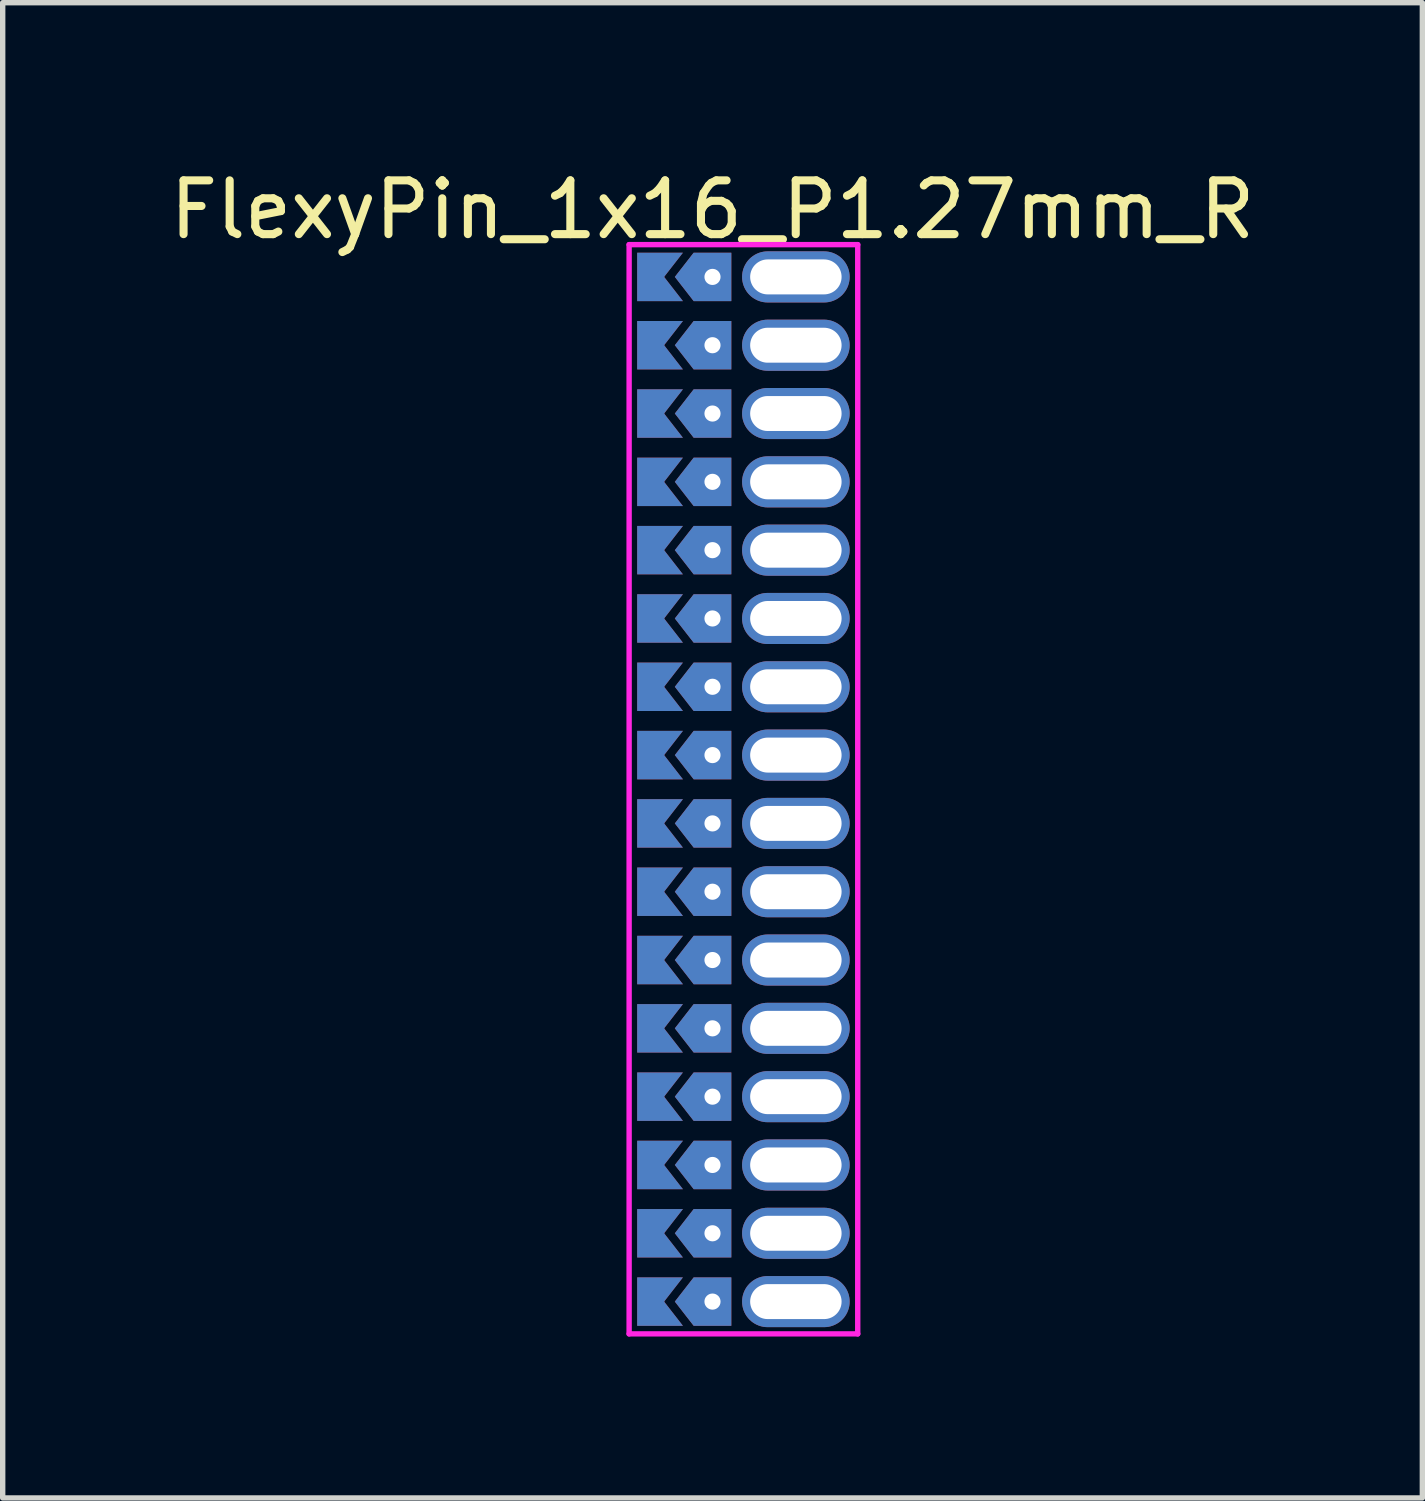
<source format=kicad_pcb>
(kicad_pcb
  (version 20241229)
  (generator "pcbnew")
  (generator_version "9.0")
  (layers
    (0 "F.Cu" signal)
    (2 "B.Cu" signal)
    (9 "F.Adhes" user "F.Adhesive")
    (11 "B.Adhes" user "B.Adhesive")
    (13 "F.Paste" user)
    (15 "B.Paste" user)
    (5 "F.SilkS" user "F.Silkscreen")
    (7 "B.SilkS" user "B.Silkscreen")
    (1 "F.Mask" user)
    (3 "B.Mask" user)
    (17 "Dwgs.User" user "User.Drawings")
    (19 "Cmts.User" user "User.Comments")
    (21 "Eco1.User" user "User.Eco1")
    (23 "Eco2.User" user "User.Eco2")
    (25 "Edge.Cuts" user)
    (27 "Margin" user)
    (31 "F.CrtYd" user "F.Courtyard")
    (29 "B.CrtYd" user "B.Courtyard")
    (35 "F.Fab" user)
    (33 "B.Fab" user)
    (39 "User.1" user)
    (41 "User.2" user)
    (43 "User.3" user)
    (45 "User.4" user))
  (footprint "FlexyPin_1x16_P1.27mm_R"
    (layer "F.Cu")
    (at 10.196 2.098)
    (property "Reference" "FlexyPin_1x16_P1.27mm_R" (at 0 -1.25 0) (layer "F.SilkS") (effects (font (size 1 1) (thickness 0.15))))
    (attr through_hole)
    (fp_line (start -1.55 -0.6) (end 2.7 -0.6) (stroke (width 0.1) (type solid)) (layer "F.CrtYd"))
    (fp_line (start -1.55 19.65) (end -1.55 -0.6) (stroke (width 0.1) (type solid)) (layer "F.CrtYd"))
    (fp_line (start 2.7 -0.6) (end 2.7 19.65) (stroke (width 0.1) (type solid)) (layer "F.CrtYd"))
    (fp_line (start 2.7 19.65) (end -1.55 19.65) (stroke (width 0.1) (type solid)) (layer "F.CrtYd"))
    (pad "" thru_hole custom (at 0 0) (size 0.3 0.3) (drill 0.6) (layers "*.Cu" "*.Mask") (options (anchor rect)) (primitives (gr_poly (pts (xy 0.35 0.45) (xy 0.35 -0.45) (xy -0.35 -0.45) (xy -0.7 0) (xy -0.35 0.45)) (width 0) (fill yes))))
    (pad "" thru_hole custom (at 0 1.27) (size 0.3 0.3) (drill 0.6) (layers "*.Cu" "*.Mask") (options (anchor rect)) (primitives (gr_poly (pts (xy 0.35 0.45) (xy 0.35 -0.45) (xy -0.35 -0.45) (xy -0.7 0) (xy -0.35 0.45)) (width 0) (fill yes))))
    (pad "" thru_hole custom (at 0 2.54) (size 0.3 0.3) (drill 0.6) (layers "*.Cu" "*.Mask") (options (anchor rect)) (primitives (gr_poly (pts (xy 0.35 0.45) (xy 0.35 -0.45) (xy -0.35 -0.45) (xy -0.7 0) (xy -0.35 0.45)) (width 0) (fill yes))))
    (pad "" thru_hole custom (at 0 3.81) (size 0.3 0.3) (drill 0.6) (layers "*.Cu" "*.Mask") (options (anchor rect)) (primitives (gr_poly (pts (xy 0.35 0.45) (xy 0.35 -0.45) (xy -0.35 -0.45) (xy -0.7 0) (xy -0.35 0.45)) (width 0) (fill yes))))
    (pad "" thru_hole custom (at 0 5.08) (size 0.3 0.3) (drill 0.6) (layers "*.Cu" "*.Mask") (options (anchor rect)) (primitives (gr_poly (pts (xy 0.35 0.45) (xy 0.35 -0.45) (xy -0.35 -0.45) (xy -0.7 0) (xy -0.35 0.45)) (width 0) (fill yes))))
    (pad "" thru_hole custom (at 0 6.35) (size 0.3 0.3) (drill 0.6) (layers "*.Cu" "*.Mask") (options (anchor rect)) (primitives (gr_poly (pts (xy 0.35 0.45) (xy 0.35 -0.45) (xy -0.35 -0.45) (xy -0.7 0) (xy -0.35 0.45)) (width 0) (fill yes))))
    (pad "" thru_hole custom (at 0 7.62) (size 0.3 0.3) (drill 0.6) (layers "*.Cu" "*.Mask") (options (anchor rect)) (primitives (gr_poly (pts (xy 0.35 0.45) (xy 0.35 -0.45) (xy -0.35 -0.45) (xy -0.7 0) (xy -0.35 0.45)) (width 0) (fill yes))))
    (pad "" thru_hole custom (at 0 8.89) (size 0.3 0.3) (drill 0.6) (layers "*.Cu" "*.Mask") (options (anchor rect)) (primitives (gr_poly (pts (xy 0.35 0.45) (xy 0.35 -0.45) (xy -0.35 -0.45) (xy -0.7 0) (xy -0.35 0.45)) (width 0) (fill yes))))
    (pad "" thru_hole custom (at 0 10.16) (size 0.3 0.3) (drill 0.6) (layers "*.Cu" "*.Mask") (options (anchor rect)) (primitives (gr_poly (pts (xy 0.35 0.45) (xy 0.35 -0.45) (xy -0.35 -0.45) (xy -0.7 0) (xy -0.35 0.45)) (width 0) (fill yes))))
    (pad "" thru_hole custom (at 0 11.43) (size 0.3 0.3) (drill 0.6) (layers "*.Cu" "*.Mask") (options (anchor rect)) (primitives (gr_poly (pts (xy 0.35 0.45) (xy 0.35 -0.45) (xy -0.35 -0.45) (xy -0.7 0) (xy -0.35 0.45)) (width 0) (fill yes))))
    (pad "" thru_hole custom (at 0 12.7) (size 0.3 0.3) (drill 0.6) (layers "*.Cu" "*.Mask") (options (anchor rect)) (primitives (gr_poly (pts (xy 0.35 0.45) (xy 0.35 -0.45) (xy -0.35 -0.45) (xy -0.7 0) (xy -0.35 0.45)) (width 0) (fill yes))))
    (pad "" thru_hole custom (at 0 13.97) (size 0.3 0.3) (drill 0.6) (layers "*.Cu" "*.Mask") (options (anchor rect)) (primitives (gr_poly (pts (xy 0.35 0.45) (xy 0.35 -0.45) (xy -0.35 -0.45) (xy -0.7 0) (xy -0.35 0.45)) (width 0) (fill yes))))
    (pad "" thru_hole custom (at 0 15.24) (size 0.3 0.3) (drill 0.6) (layers "*.Cu" "*.Mask") (options (anchor rect)) (primitives (gr_poly (pts (xy 0.35 0.45) (xy 0.35 -0.45) (xy -0.35 -0.45) (xy -0.7 0) (xy -0.35 0.45)) (width 0) (fill yes))))
    (pad "" thru_hole custom (at 0 16.51) (size 0.3 0.3) (drill 0.6) (layers "*.Cu" "*.Mask") (options (anchor rect)) (primitives (gr_poly (pts (xy 0.35 0.45) (xy 0.35 -0.45) (xy -0.35 -0.45) (xy -0.7 0) (xy -0.35 0.45)) (width 0) (fill yes))))
    (pad "" thru_hole custom (at 0 17.78) (size 0.3 0.3) (drill 0.6) (layers "*.Cu" "*.Mask") (options (anchor rect)) (primitives (gr_poly (pts (xy 0.35 0.45) (xy 0.35 -0.45) (xy -0.35 -0.45) (xy -0.7 0) (xy -0.35 0.45)) (width 0) (fill yes))))
    (pad "" thru_hole custom (at 0 19.05) (size 0.3 0.3) (drill 0.6) (layers "*.Cu" "*.Mask") (options (anchor rect)) (primitives (gr_poly (pts (xy 0.35 0.45) (xy 0.35 -0.45) (xy -0.35 -0.45) (xy -0.7 0) (xy -0.35 0.45)) (width 0) (fill yes))))
    (pad "" thru_hole oval (at 1.55 0) (size 2 0.95) (drill oval 1.7 0.65) (layers "*.Cu" "*.Mask"))
    (pad "" thru_hole oval (at 1.55 1.27) (size 2 0.95) (drill oval 1.7 0.65) (layers "*.Cu" "*.Mask"))
    (pad "" thru_hole oval (at 1.55 2.54) (size 2 0.95) (drill oval 1.7 0.65) (layers "*.Cu" "*.Mask"))
    (pad "" thru_hole oval (at 1.55 3.81) (size 2 0.95) (drill oval 1.7 0.65) (layers "*.Cu" "*.Mask"))
    (pad "" thru_hole oval (at 1.55 5.08) (size 2 0.95) (drill oval 1.7 0.65) (layers "*.Cu" "*.Mask"))
    (pad "" thru_hole oval (at 1.55 6.35) (size 2 0.95) (drill oval 1.7 0.65) (layers "*.Cu" "*.Mask"))
    (pad "" thru_hole oval (at 1.55 7.62) (size 2 0.95) (drill oval 1.7 0.65) (layers "*.Cu" "*.Mask"))
    (pad "" thru_hole oval (at 1.55 8.89) (size 2 0.95) (drill oval 1.7 0.65) (layers "*.Cu" "*.Mask"))
    (pad "" thru_hole oval (at 1.55 10.16) (size 2 0.95) (drill oval 1.7 0.65) (layers "*.Cu" "*.Mask"))
    (pad "" thru_hole oval (at 1.55 11.43) (size 2 0.95) (drill oval 1.7 0.65) (layers "*.Cu" "*.Mask"))
    (pad "" thru_hole oval (at 1.55 12.7) (size 2 0.95) (drill oval 1.7 0.65) (layers "*.Cu" "*.Mask"))
    (pad "" thru_hole oval (at 1.55 13.97) (size 2 0.95) (drill oval 1.7 0.65) (layers "*.Cu" "*.Mask"))
    (pad "" thru_hole oval (at 1.55 15.24) (size 2 0.95) (drill oval 1.7 0.65) (layers "*.Cu" "*.Mask"))
    (pad "" thru_hole oval (at 1.55 16.51) (size 2 0.95) (drill oval 1.7 0.65) (layers "*.Cu" "*.Mask"))
    (pad "" thru_hole oval (at 1.55 17.78) (size 2 0.95) (drill oval 1.7 0.65) (layers "*.Cu" "*.Mask"))
    (pad "" thru_hole oval (at 1.55 19.05) (size 2 0.95) (drill oval 1.7 0.65) (layers "*.Cu" "*.Mask"))
    (pad "1" smd custom (at -0.9 0) (size 0.01 0.01) (layers "F.Cu" "F.Mask") (options (anchor rect)) (primitives (gr_poly (pts (xy 0 0) (xy 0.35 0.45) (xy -0.5 0.45) (xy -0.5 -0.45) (xy 0.35 -0.45)) (width 0) (fill yes))))
    (pad "1" smd custom (at -0.9 1.27) (size 0.01 0.01) (layers "F.Cu" "F.Mask") (options (anchor rect)) (primitives (gr_poly (pts (xy 0 0) (xy 0.35 0.45) (xy -0.5 0.45) (xy -0.5 -0.45) (xy 0.35 -0.45)) (width 0) (fill yes))))
    (pad "1" smd custom (at -0.9 2.54) (size 0.01 0.01) (layers "F.Cu" "F.Mask") (options (anchor rect)) (primitives (gr_poly (pts (xy 0 0) (xy 0.35 0.45) (xy -0.5 0.45) (xy -0.5 -0.45) (xy 0.35 -0.45)) (width 0) (fill yes))))
    (pad "1" smd custom (at -0.9 3.81) (size 0.01 0.01) (layers "F.Cu" "F.Mask") (options (anchor rect)) (primitives (gr_poly (pts (xy 0 0) (xy 0.35 0.45) (xy -0.5 0.45) (xy -0.5 -0.45) (xy 0.35 -0.45)) (width 0) (fill yes))))
    (pad "1" smd custom (at -0.9 5.08) (size 0.01 0.01) (layers "F.Cu" "F.Mask") (options (anchor rect)) (primitives (gr_poly (pts (xy 0 0) (xy 0.35 0.45) (xy -0.5 0.45) (xy -0.5 -0.45) (xy 0.35 -0.45)) (width 0) (fill yes))))
    (pad "1" smd custom (at -0.9 6.35) (size 0.01 0.01) (layers "F.Cu" "F.Mask") (options (anchor rect)) (primitives (gr_poly (pts (xy 0 0) (xy 0.35 0.45) (xy -0.5 0.45) (xy -0.5 -0.45) (xy 0.35 -0.45)) (width 0) (fill yes))))
    (pad "1" smd custom (at -0.9 7.62) (size 0.01 0.01) (layers "F.Cu" "F.Mask") (options (anchor rect)) (primitives (gr_poly (pts (xy 0 0) (xy 0.35 0.45) (xy -0.5 0.45) (xy -0.5 -0.45) (xy 0.35 -0.45)) (width 0) (fill yes))))
    (pad "1" smd custom (at -0.9 8.89) (size 0.01 0.01) (layers "F.Cu" "F.Mask") (options (anchor rect)) (primitives (gr_poly (pts (xy 0 0) (xy 0.35 0.45) (xy -0.5 0.45) (xy -0.5 -0.45) (xy 0.35 -0.45)) (width 0) (fill yes))))
    (pad "1" smd custom (at -0.9 10.16) (size 0.01 0.01) (layers "F.Cu" "F.Mask") (options (anchor rect)) (primitives (gr_poly (pts (xy 0 0) (xy 0.35 0.45) (xy -0.5 0.45) (xy -0.5 -0.45) (xy 0.35 -0.45)) (width 0) (fill yes))))
    (pad "1" smd custom (at -0.9 11.43) (size 0.01 0.01) (layers "F.Cu" "F.Mask") (options (anchor rect)) (primitives (gr_poly (pts (xy 0 0) (xy 0.35 0.45) (xy -0.5 0.45) (xy -0.5 -0.45) (xy 0.35 -0.45)) (width 0) (fill yes))))
    (pad "1" smd custom (at -0.9 12.7) (size 0.01 0.01) (layers "F.Cu" "F.Mask") (options (anchor rect)) (primitives (gr_poly (pts (xy 0 0) (xy 0.35 0.45) (xy -0.5 0.45) (xy -0.5 -0.45) (xy 0.35 -0.45)) (width 0) (fill yes))))
    (pad "1" smd custom (at -0.9 13.97) (size 0.01 0.01) (layers "F.Cu" "F.Mask") (options (anchor rect)) (primitives (gr_poly (pts (xy 0 0) (xy 0.35 0.45) (xy -0.5 0.45) (xy -0.5 -0.45) (xy 0.35 -0.45)) (width 0) (fill yes))))
    (pad "1" smd custom (at -0.9 15.24) (size 0.01 0.01) (layers "F.Cu" "F.Mask") (options (anchor rect)) (primitives (gr_poly (pts (xy 0 0) (xy 0.35 0.45) (xy -0.5 0.45) (xy -0.5 -0.45) (xy 0.35 -0.45)) (width 0) (fill yes))))
    (pad "1" smd custom (at -0.9 16.51) (size 0.01 0.01) (layers "F.Cu" "F.Mask") (options (anchor rect)) (primitives (gr_poly (pts (xy 0 0) (xy 0.35 0.45) (xy -0.5 0.45) (xy -0.5 -0.45) (xy 0.35 -0.45)) (width 0) (fill yes))))
    (pad "1" smd custom (at -0.9 17.78) (size 0.01 0.01) (layers "F.Cu" "F.Mask") (options (anchor rect)) (primitives (gr_poly (pts (xy 0 0) (xy 0.35 0.45) (xy -0.5 0.45) (xy -0.5 -0.45) (xy 0.35 -0.45)) (width 0) (fill yes))))
    (pad "1" smd custom (at -0.9 19.05) (size 0.01 0.01) (layers "F.Cu" "F.Mask") (options (anchor rect)) (primitives (gr_poly (pts (xy 0 0) (xy 0.35 0.45) (xy -0.5 0.45) (xy -0.5 -0.45) (xy 0.35 -0.45)) (width 0) (fill yes))))
    (pad "2" smd custom (at -0.9 0) (size 0.01 0.01) (layers "B.Cu" "B.Mask") (options (anchor rect)) (primitives (gr_poly (pts (xy 0 0) (xy 0.35 0.45) (xy -0.5 0.45) (xy -0.5 -0.45) (xy 0.35 -0.45)) (width 0) (fill yes))))
    (pad "2" smd custom (at -0.9 1.27) (size 0.01 0.01) (layers "B.Cu" "B.Mask") (options (anchor rect)) (primitives (gr_poly (pts (xy 0 0) (xy 0.35 0.45) (xy -0.5 0.45) (xy -0.5 -0.45) (xy 0.35 -0.45)) (width 0) (fill yes))))
    (pad "2" smd custom (at -0.9 2.54) (size 0.01 0.01) (layers "B.Cu" "B.Mask") (options (anchor rect)) (primitives (gr_poly (pts (xy 0 0) (xy 0.35 0.45) (xy -0.5 0.45) (xy -0.5 -0.45) (xy 0.35 -0.45)) (width 0) (fill yes))))
    (pad "2" smd custom (at -0.9 3.81) (size 0.01 0.01) (layers "B.Cu" "B.Mask") (options (anchor rect)) (primitives (gr_poly (pts (xy 0 0) (xy 0.35 0.45) (xy -0.5 0.45) (xy -0.5 -0.45) (xy 0.35 -0.45)) (width 0) (fill yes))))
    (pad "2" smd custom (at -0.9 5.08) (size 0.01 0.01) (layers "B.Cu" "B.Mask") (options (anchor rect)) (primitives (gr_poly (pts (xy 0 0) (xy 0.35 0.45) (xy -0.5 0.45) (xy -0.5 -0.45) (xy 0.35 -0.45)) (width 0) (fill yes))))
    (pad "2" smd custom (at -0.9 6.35) (size 0.01 0.01) (layers "B.Cu" "B.Mask") (options (anchor rect)) (primitives (gr_poly (pts (xy 0 0) (xy 0.35 0.45) (xy -0.5 0.45) (xy -0.5 -0.45) (xy 0.35 -0.45)) (width 0) (fill yes))))
    (pad "2" smd custom (at -0.9 7.62) (size 0.01 0.01) (layers "B.Cu" "B.Mask") (options (anchor rect)) (primitives (gr_poly (pts (xy 0 0) (xy 0.35 0.45) (xy -0.5 0.45) (xy -0.5 -0.45) (xy 0.35 -0.45)) (width 0) (fill yes))))
    (pad "2" smd custom (at -0.9 8.89) (size 0.01 0.01) (layers "B.Cu" "B.Mask") (options (anchor rect)) (primitives (gr_poly (pts (xy 0 0) (xy 0.35 0.45) (xy -0.5 0.45) (xy -0.5 -0.45) (xy 0.35 -0.45)) (width 0) (fill yes))))
    (pad "2" smd custom (at -0.9 10.16) (size 0.01 0.01) (layers "B.Cu" "B.Mask") (options (anchor rect)) (primitives (gr_poly (pts (xy 0 0) (xy 0.35 0.45) (xy -0.5 0.45) (xy -0.5 -0.45) (xy 0.35 -0.45)) (width 0) (fill yes))))
    (pad "2" smd custom (at -0.9 11.43) (size 0.01 0.01) (layers "B.Cu" "B.Mask") (options (anchor rect)) (primitives (gr_poly (pts (xy 0 0) (xy 0.35 0.45) (xy -0.5 0.45) (xy -0.5 -0.45) (xy 0.35 -0.45)) (width 0) (fill yes))))
    (pad "2" smd custom (at -0.9 12.7) (size 0.01 0.01) (layers "B.Cu" "B.Mask") (options (anchor rect)) (primitives (gr_poly (pts (xy 0 0) (xy 0.35 0.45) (xy -0.5 0.45) (xy -0.5 -0.45) (xy 0.35 -0.45)) (width 0) (fill yes))))
    (pad "2" smd custom (at -0.9 13.97) (size 0.01 0.01) (layers "B.Cu" "B.Mask") (options (anchor rect)) (primitives (gr_poly (pts (xy 0 0) (xy 0.35 0.45) (xy -0.5 0.45) (xy -0.5 -0.45) (xy 0.35 -0.45)) (width 0) (fill yes))))
    (pad "2" smd custom (at -0.9 15.24) (size 0.01 0.01) (layers "B.Cu" "B.Mask") (options (anchor rect)) (primitives (gr_poly (pts (xy 0 0) (xy 0.35 0.45) (xy -0.5 0.45) (xy -0.5 -0.45) (xy 0.35 -0.45)) (width 0) (fill yes))))
    (pad "2" smd custom (at -0.9 16.51) (size 0.01 0.01) (layers "B.Cu" "B.Mask") (options (anchor rect)) (primitives (gr_poly (pts (xy 0 0) (xy 0.35 0.45) (xy -0.5 0.45) (xy -0.5 -0.45) (xy 0.35 -0.45)) (width 0) (fill yes))))
    (pad "2" smd custom (at -0.9 17.78) (size 0.01 0.01) (layers "B.Cu" "B.Mask") (options (anchor rect)) (primitives (gr_poly (pts (xy 0 0) (xy 0.35 0.45) (xy -0.5 0.45) (xy -0.5 -0.45) (xy 0.35 -0.45)) (width 0) (fill yes))))
    (pad "2" smd custom (at -0.9 19.05) (size 0.01 0.01) (layers "B.Cu" "B.Mask") (options (anchor rect)) (primitives (gr_poly (pts (xy 0 0) (xy 0.35 0.45) (xy -0.5 0.45) (xy -0.5 -0.45) (xy 0.35 -0.45)) (width 0) (fill yes)))))
  (gr_rect
    (start -3 -3)
    (end 23.393 24.798)
    (stroke (width 0.1) (type default))
    (fill no)
    (layer "Edge.Cuts")))
</source>
